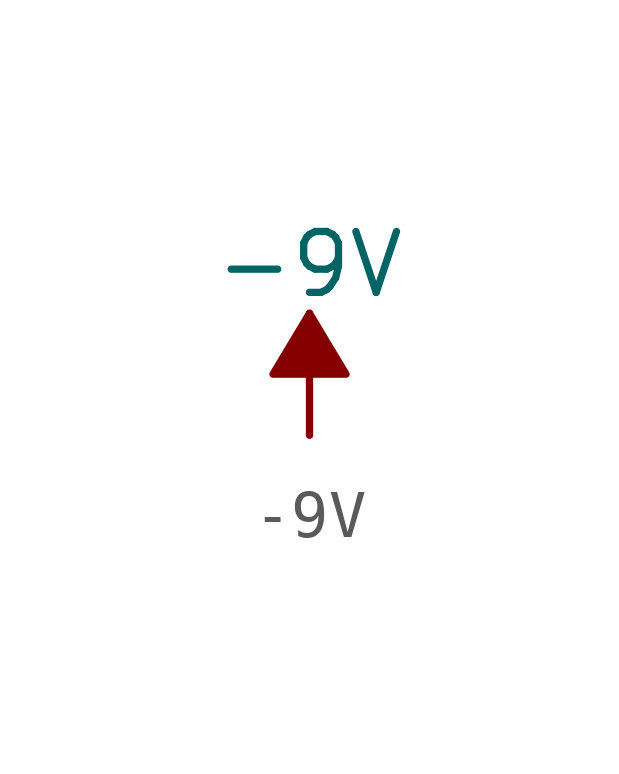
<source format=kicad_sym>
(kicad_symbol_lib
  (version 20241209)
  (generator "kicad_symbol_editor")
  (generator_version "9.0")
  (symbol "-9V"
    (power)
    (pin_numbers
      (hide yes))
    (pin_names
      (offset 0)
      (hide yes))
    (property "Reference" "#PWR"
      (at 0 -3.81 0)
      (effects (font (size 1.27 1.27)) (hide yes)))
    (property "Value" "-9V"
      (at 0 3.556 0)
      (effects (font (size 1.27 1.27))))
    (symbol "-9V_0_1"
      (polyline (pts (xy 0 0) (xy 0 2.54)) (stroke (width 0) (type default)) (fill (type none)))
      (polyline (pts (xy 0.762 1.27) (xy -0.762 1.27) (xy 0 2.54) (xy 0.762 1.27)) (stroke (width 0) (type default)) (fill (type outline))))
    (symbol "-9V_1_1"
      (pin power_in line (at 0 0 90) (length 0) (name "~" (effects (font (size 1.27 1.27)))) (number "1" (effects (font (size 1.27 1.27))))))))
</source>
